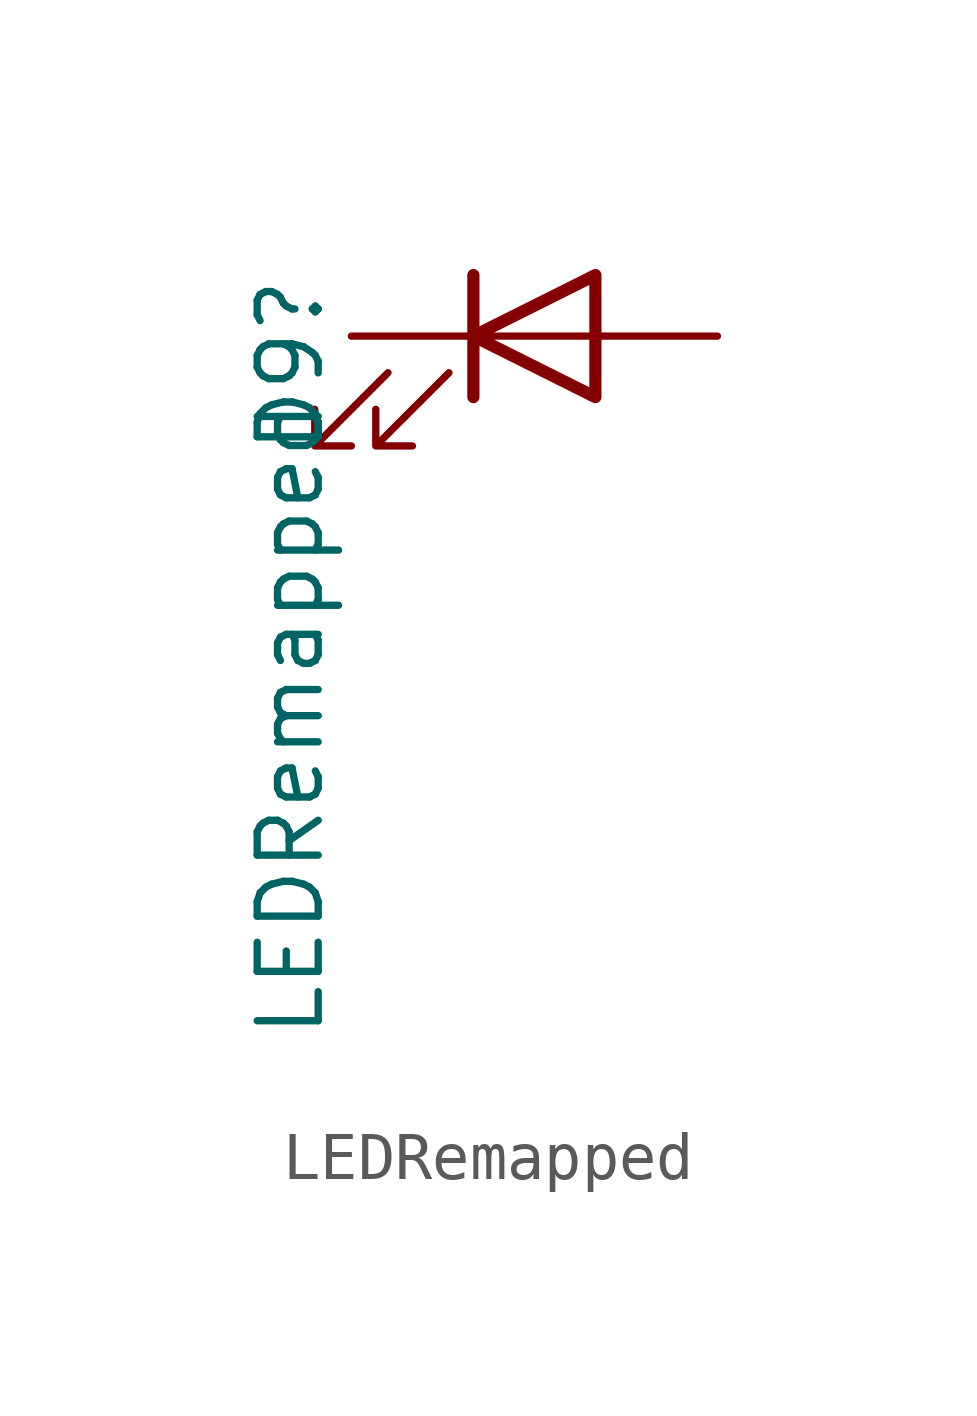
<source format=kicad_sym>
(kicad_symbol_lib
  (version 20211014)
  (generator kicad_symbol_editor)
  (symbol "LEDRemapped"
    (pin_numbers hide)
    (pin_names
      (offset 1.016) hide)
    (property "Reference" "D9"
      (at -5.08 1.27 90)
      (effects (font (size 1.27 1.27)) (justify right)))
    (property "Value" "LEDRemapped"
      (at -5.08 -1.27 90)
      (effects (font (size 1.27 1.27)) (justify right)))
    (symbol "LEDRemapped_0_1"
      (polyline (pts (xy -1.27 -1.27) (xy -1.27 1.27)) (stroke (width 0.254) (type default) (color 0 0 0 0)) (fill (type none)))
      (polyline (pts (xy -1.27 0) (xy 1.27 0)) (stroke (width 0) (type default) (color 0 0 0 0)) (fill (type none)))
      (polyline (pts (xy 1.27 -1.27) (xy 1.27 1.27) (xy -1.27 0) (xy 1.27 -1.27)) (stroke (width 0.254) (type default) (color 0 0 0 0)) (fill (type none)))
      (polyline (pts (xy -3.048 -0.762) (xy -4.572 -2.286) (xy -3.81 -2.286) (xy -4.572 -2.286) (xy -4.572 -1.524)) (stroke (width 0) (type default) (color 0 0 0 0)) (fill (type none)))
      (polyline (pts (xy -1.778 -0.762) (xy -3.302 -2.286) (xy -2.54 -2.286) (xy -3.302 -2.286) (xy -3.302 -1.524)) (stroke (width 0) (type default) (color 0 0 0 0)) (fill (type none))))
    (symbol "LEDRemapped_1_1"
      (pin passive line (at 3.81 0 180) (length 2.54) (name "A" (effects (font (size 1.27 1.27)))) (number "1" (effects (font (size 1.27 1.27)))))
      (pin passive line (at -3.81 0 0) (length 2.54) (name "K" (effects (font (size 1.27 1.27)))) (number "2" (effects (font (size 1.27 1.27))))))))
</source>
